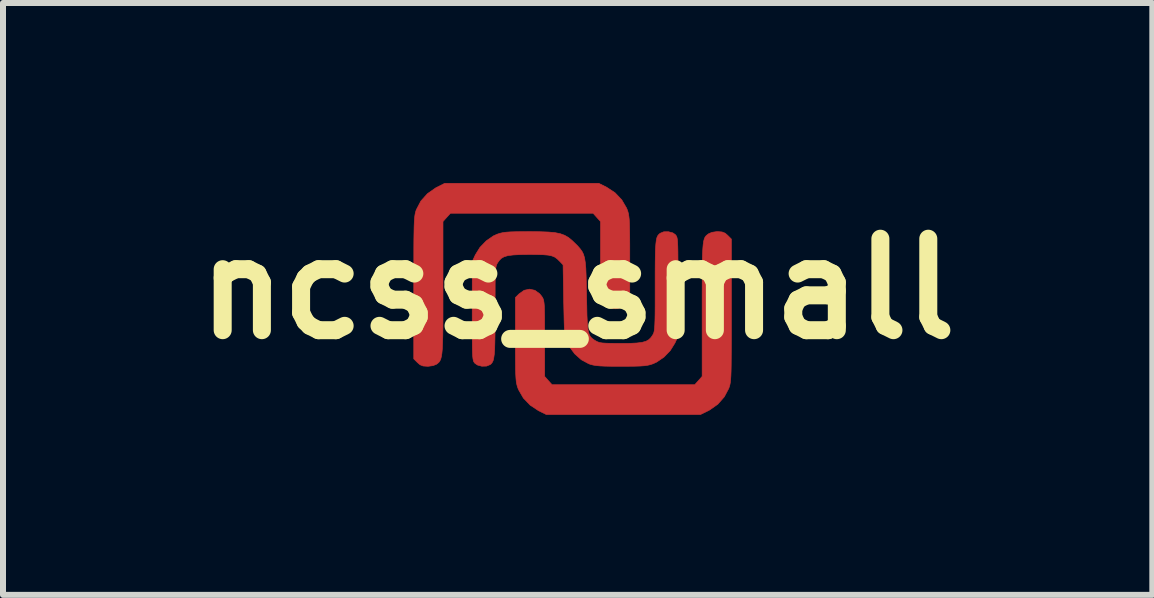
<source format=kicad_pcb>
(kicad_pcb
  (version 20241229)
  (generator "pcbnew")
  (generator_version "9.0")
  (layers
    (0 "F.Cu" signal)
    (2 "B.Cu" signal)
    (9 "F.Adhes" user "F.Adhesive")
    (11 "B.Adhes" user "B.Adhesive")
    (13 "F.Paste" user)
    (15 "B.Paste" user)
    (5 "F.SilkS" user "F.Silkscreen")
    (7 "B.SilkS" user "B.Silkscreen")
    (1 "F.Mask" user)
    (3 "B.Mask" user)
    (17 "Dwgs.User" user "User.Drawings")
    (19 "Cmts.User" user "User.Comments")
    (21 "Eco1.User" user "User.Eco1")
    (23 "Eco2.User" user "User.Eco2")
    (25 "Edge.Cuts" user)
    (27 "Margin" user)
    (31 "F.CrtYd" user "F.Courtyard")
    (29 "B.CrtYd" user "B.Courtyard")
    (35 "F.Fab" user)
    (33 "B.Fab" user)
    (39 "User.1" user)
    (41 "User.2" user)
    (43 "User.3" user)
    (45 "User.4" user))
  (footprint "ncss_small"
    (layer "F.Cu")
    (at 6.575 1.762)
    (property "Reference" "ncss_small" (at 0 0 0) (layer "F.SilkS") (effects (font (size 1.524 1.524) (thickness 0.3))))
    (attr through_hole)
    (fp_poly (pts (xy 0.483 -1.692) (xy 0.622 -1.601) (xy 0.735 -1.482) (xy 0.816 -1.343) (xy 0.825 -1.32) (xy 0.837 -1.286) (xy 0.846 -1.251) (xy 0.853 -1.209) (xy 0.859 -1.156) (xy 0.863 -1.086) (xy 0.865 -0.995) (xy 0.867 -0.878) (xy 0.868 -0.73) (xy 0.868 -0.545) (xy 0.868 -0.506) (xy 0.868 0.194) (xy 0.808 0.254) (xy 0.723 0.313) (xy 0.633 0.333) (xy 0.544 0.314) (xy 0.464 0.257) (xy 0.429 0.214) (xy 0.416 0.192) (xy 0.405 0.17) (xy 0.396 0.142) (xy 0.39 0.103) (xy 0.386 0.049) (xy 0.383 -0.027) (xy 0.382 -0.128) (xy 0.381 -0.26) (xy 0.381 -0.427) (xy 0.381 -0.49) (xy 0.381 -1.121) (xy 0.319 -1.19) (xy 0.257 -1.259) (xy -2.12 -1.259) (xy -2.182 -1.19) (xy -2.244 -1.121) (xy -2.244 -0.02) (xy -2.244 0.236) (xy -2.244 0.452) (xy -2.245 0.634) (xy -2.247 0.783) (xy -2.251 0.904) (xy -2.255 1) (xy -2.262 1.074) (xy -2.271 1.13) (xy -2.282 1.172) (xy -2.296 1.202) (xy -2.312 1.224) (xy -2.332 1.242) (xy -2.352 1.257) (xy -2.409 1.28) (xy -2.489 1.291) (xy -2.504 1.291) (xy -2.576 1.286) (xy -2.626 1.266) (xy -2.669 1.229) (xy -2.731 1.167) (xy -2.731 -0.019) (xy -2.73 -0.273) (xy -2.73 -0.489) (xy -2.73 -0.67) (xy -2.729 -0.819) (xy -2.727 -0.941) (xy -2.725 -1.037) (xy -2.722 -1.114) (xy -2.718 -1.173) (xy -2.713 -1.218) (xy -2.707 -1.253) (xy -2.7 -1.282) (xy -2.692 -1.308) (xy -2.687 -1.32) (xy -2.613 -1.462) (xy -2.504 -1.584) (xy -2.368 -1.68) (xy -2.346 -1.692) (xy -2.216 -1.757) (xy 0.353 -1.757) (xy 0.483 -1.692)) (stroke (width 0.01) (type solid)) (fill yes) (layer "F.Cu"))
    (fp_poly (pts (xy 2.406 -0.947) (xy 2.457 -0.927) (xy 2.499 -0.891) (xy 2.561 -0.829) (xy 2.561 0.357) (xy 2.561 0.612) (xy 2.561 0.828) (xy 2.56 1.009) (xy 2.559 1.158) (xy 2.558 1.279) (xy 2.556 1.376) (xy 2.553 1.452) (xy 2.549 1.511) (xy 2.544 1.557) (xy 2.538 1.592) (xy 2.531 1.621) (xy 2.522 1.647) (xy 2.518 1.659) (xy 2.443 1.8) (xy 2.335 1.923) (xy 2.199 2.019) (xy 2.176 2.031) (xy 2.046 2.095) (xy -0.522 2.095) (xy -0.652 2.031) (xy -0.791 1.939) (xy -0.905 1.82) (xy -0.985 1.681) (xy -0.994 1.659) (xy -1.006 1.625) (xy -1.015 1.589) (xy -1.023 1.548) (xy -1.028 1.494) (xy -1.032 1.425) (xy -1.035 1.334) (xy -1.036 1.217) (xy -1.037 1.068) (xy -1.037 0.883) (xy -1.037 0.844) (xy -1.037 0.145) (xy -0.977 0.085) (xy -0.892 0.025) (xy -0.802 0.006) (xy -0.713 0.025) (xy -0.634 0.082) (xy -0.599 0.125) (xy -0.585 0.146) (xy -0.574 0.169) (xy -0.566 0.197) (xy -0.56 0.236) (xy -0.555 0.29) (xy -0.553 0.365) (xy -0.551 0.466) (xy -0.551 0.598) (xy -0.55 0.766) (xy -0.55 0.828) (xy -0.55 1.46) (xy -0.489 1.529) (xy -0.427 1.598) (xy 1.951 1.598) (xy 2.013 1.529) (xy 2.074 1.46) (xy 2.074 0.348) (xy 2.074 0.094) (xy 2.075 -0.122) (xy 2.076 -0.302) (xy 2.077 -0.45) (xy 2.08 -0.569) (xy 2.085 -0.664) (xy 2.091 -0.737) (xy 2.099 -0.792) (xy 2.11 -0.833) (xy 2.123 -0.862) (xy 2.14 -0.884) (xy 2.16 -0.901) (xy 2.183 -0.918) (xy 2.185 -0.919) (xy 2.238 -0.941) (xy 2.311 -0.952) (xy 2.335 -0.953) (xy 2.406 -0.947)) (stroke (width 0.01) (type solid)) (fill yes) (layer "F.Cu"))
    (fp_poly (pts (xy -0.629 -0.951) (xy -0.489 -0.946) (xy -0.378 -0.936) (xy -0.29 -0.918) (xy -0.218 -0.892) (xy -0.155 -0.856) (xy -0.095 -0.807) (xy -0.055 -0.769) (xy -0.002 -0.717) (xy 0.039 -0.67) (xy 0.072 -0.625) (xy 0.097 -0.575) (xy 0.115 -0.514) (xy 0.127 -0.438) (xy 0.136 -0.341) (xy 0.141 -0.217) (xy 0.145 -0.061) (xy 0.148 0.107) (xy 0.152 0.294) (xy 0.155 0.443) (xy 0.161 0.56) (xy 0.168 0.649) (xy 0.179 0.715) (xy 0.194 0.764) (xy 0.214 0.8) (xy 0.241 0.827) (xy 0.275 0.852) (xy 0.303 0.869) (xy 0.333 0.884) (xy 0.368 0.896) (xy 0.416 0.903) (xy 0.484 0.907) (xy 0.58 0.909) (xy 0.71 0.91) (xy 0.716 0.91) (xy 0.87 0.909) (xy 0.987 0.903) (xy 1.074 0.892) (xy 1.139 0.874) (xy 1.187 0.847) (xy 1.224 0.809) (xy 1.248 0.773) (xy 1.26 0.753) (xy 1.269 0.73) (xy 1.276 0.7) (xy 1.281 0.659) (xy 1.285 0.601) (xy 1.288 0.522) (xy 1.29 0.419) (xy 1.291 0.285) (xy 1.291 0.118) (xy 1.291 -0.052) (xy 1.291 -0.259) (xy 1.292 -0.428) (xy 1.294 -0.563) (xy 1.297 -0.669) (xy 1.303 -0.749) (xy 1.31 -0.809) (xy 1.32 -0.852) (xy 1.333 -0.882) (xy 1.35 -0.904) (xy 1.37 -0.922) (xy 1.374 -0.925) (xy 1.435 -0.95) (xy 1.512 -0.951) (xy 1.585 -0.932) (xy 1.626 -0.904) (xy 1.638 -0.89) (xy 1.647 -0.875) (xy 1.655 -0.854) (xy 1.661 -0.822) (xy 1.665 -0.776) (xy 1.668 -0.711) (xy 1.67 -0.624) (xy 1.671 -0.509) (xy 1.672 -0.364) (xy 1.672 -0.183) (xy 1.672 -0.03) (xy 1.672 0.794) (xy 1.62 0.905) (xy 1.543 1.029) (xy 1.438 1.138) (xy 1.318 1.22) (xy 1.258 1.248) (xy 1.213 1.263) (xy 1.167 1.274) (xy 1.112 1.282) (xy 1.041 1.287) (xy 0.947 1.29) (xy 0.822 1.291) (xy 0.72 1.291) (xy 0.571 1.291) (xy 0.457 1.289) (xy 0.371 1.285) (xy 0.306 1.279) (xy 0.255 1.27) (xy 0.21 1.258) (xy 0.185 1.249) (xy 0.061 1.182) (xy -0.051 1.082) (xy -0.141 0.959) (xy -0.167 0.91) (xy -0.183 0.875) (xy -0.196 0.842) (xy -0.206 0.806) (xy -0.213 0.761) (xy -0.219 0.701) (xy -0.223 0.622) (xy -0.226 0.517) (xy -0.229 0.381) (xy -0.233 0.209) (xy -0.233 0.197) (xy -0.243 -0.399) (xy -0.296 -0.455) (xy -0.338 -0.496) (xy -0.379 -0.527) (xy -0.427 -0.547) (xy -0.49 -0.561) (xy -0.575 -0.568) (xy -0.689 -0.571) (xy -0.805 -0.572) (xy -0.958 -0.57) (xy -1.074 -0.564) (xy -1.162 -0.553) (xy -1.226 -0.534) (xy -1.273 -0.507) (xy -1.31 -0.468) (xy -1.333 -0.434) (xy -1.345 -0.414) (xy -1.354 -0.391) (xy -1.361 -0.361) (xy -1.366 -0.319) (xy -1.37 -0.261) (xy -1.373 -0.181) (xy -1.375 -0.076) (xy -1.375 0.058) (xy -1.376 0.227) (xy -1.376 0.377) (xy -1.376 0.587) (xy -1.377 0.759) (xy -1.38 0.898) (xy -1.383 1.006) (xy -1.389 1.089) (xy -1.398 1.151) (xy -1.408 1.195) (xy -1.423 1.226) (xy -1.44 1.248) (xy -1.456 1.262) (xy -1.519 1.288) (xy -1.597 1.29) (xy -1.67 1.27) (xy -1.711 1.242) (xy -1.722 1.229) (xy -1.732 1.214) (xy -1.739 1.192) (xy -1.745 1.161) (xy -1.75 1.115) (xy -1.753 1.05) (xy -1.755 0.962) (xy -1.756 0.848) (xy -1.756 0.702) (xy -1.757 0.522) (xy -1.757 0.369) (xy -1.756 -0.455) (xy -1.705 -0.566) (xy -1.628 -0.69) (xy -1.523 -0.799) (xy -1.403 -0.882) (xy -1.343 -0.909) (xy -1.298 -0.924) (xy -1.251 -0.935) (xy -1.196 -0.943) (xy -1.125 -0.948) (xy -1.031 -0.951) (xy -0.907 -0.952) (xy -0.804 -0.953) (xy -0.629 -0.951)) (stroke (width 0.01) (type solid)) (fill yes) (layer "F.Cu"))
    (fp_poly (pts (xy 0.483 -1.692) (xy 0.622 -1.601) (xy 0.735 -1.482) (xy 0.816 -1.343) (xy 0.825 -1.32) (xy 0.837 -1.286) (xy 0.846 -1.251) (xy 0.853 -1.209) (xy 0.859 -1.156) (xy 0.863 -1.086) (xy 0.865 -0.995) (xy 0.867 -0.878) (xy 0.868 -0.73) (xy 0.868 -0.545) (xy 0.868 -0.506) (xy 0.868 0.194) (xy 0.808 0.254) (xy 0.723 0.313) (xy 0.633 0.333) (xy 0.544 0.314) (xy 0.464 0.257) (xy 0.429 0.214) (xy 0.416 0.192) (xy 0.405 0.17) (xy 0.396 0.142) (xy 0.39 0.103) (xy 0.386 0.049) (xy 0.383 -0.027) (xy 0.382 -0.128) (xy 0.381 -0.26) (xy 0.381 -0.427) (xy 0.381 -0.49) (xy 0.381 -1.121) (xy 0.319 -1.19) (xy 0.257 -1.259) (xy -2.12 -1.259) (xy -2.182 -1.19) (xy -2.244 -1.121) (xy -2.244 -0.02) (xy -2.244 0.236) (xy -2.244 0.452) (xy -2.245 0.634) (xy -2.247 0.783) (xy -2.251 0.904) (xy -2.255 1) (xy -2.262 1.074) (xy -2.271 1.13) (xy -2.282 1.172) (xy -2.296 1.202) (xy -2.312 1.224) (xy -2.332 1.242) (xy -2.352 1.257) (xy -2.409 1.28) (xy -2.489 1.291) (xy -2.504 1.291) (xy -2.576 1.286) (xy -2.626 1.266) (xy -2.669 1.229) (xy -2.731 1.167) (xy -2.731 -0.019) (xy -2.73 -0.273) (xy -2.73 -0.489) (xy -2.73 -0.67) (xy -2.729 -0.819) (xy -2.727 -0.941) (xy -2.725 -1.037) (xy -2.722 -1.114) (xy -2.718 -1.173) (xy -2.713 -1.218) (xy -2.707 -1.253) (xy -2.7 -1.282) (xy -2.692 -1.308) (xy -2.687 -1.32) (xy -2.613 -1.462) (xy -2.504 -1.584) (xy -2.368 -1.68) (xy -2.346 -1.692) (xy -2.216 -1.757) (xy 0.353 -1.757) (xy 0.483 -1.692)) (stroke (width 0.01) (type solid)) (fill yes) (layer "F.Mask"))
    (fp_poly (pts (xy 2.406 -0.947) (xy 2.457 -0.927) (xy 2.499 -0.891) (xy 2.561 -0.829) (xy 2.561 0.357) (xy 2.561 0.612) (xy 2.561 0.828) (xy 2.56 1.009) (xy 2.559 1.158) (xy 2.558 1.279) (xy 2.556 1.376) (xy 2.553 1.452) (xy 2.549 1.511) (xy 2.544 1.557) (xy 2.538 1.592) (xy 2.531 1.621) (xy 2.522 1.647) (xy 2.518 1.659) (xy 2.443 1.8) (xy 2.335 1.923) (xy 2.199 2.019) (xy 2.176 2.031) (xy 2.046 2.095) (xy -0.522 2.095) (xy -0.652 2.031) (xy -0.791 1.939) (xy -0.905 1.82) (xy -0.985 1.681) (xy -0.994 1.659) (xy -1.006 1.625) (xy -1.015 1.589) (xy -1.023 1.548) (xy -1.028 1.494) (xy -1.032 1.425) (xy -1.035 1.334) (xy -1.036 1.217) (xy -1.037 1.068) (xy -1.037 0.883) (xy -1.037 0.844) (xy -1.037 0.145) (xy -0.977 0.085) (xy -0.892 0.025) (xy -0.802 0.006) (xy -0.713 0.025) (xy -0.634 0.082) (xy -0.599 0.125) (xy -0.585 0.146) (xy -0.574 0.169) (xy -0.566 0.197) (xy -0.56 0.236) (xy -0.555 0.29) (xy -0.553 0.365) (xy -0.551 0.466) (xy -0.551 0.598) (xy -0.55 0.766) (xy -0.55 0.828) (xy -0.55 1.46) (xy -0.489 1.529) (xy -0.427 1.598) (xy 1.951 1.598) (xy 2.013 1.529) (xy 2.074 1.46) (xy 2.074 0.348) (xy 2.074 0.094) (xy 2.075 -0.122) (xy 2.076 -0.302) (xy 2.077 -0.45) (xy 2.08 -0.569) (xy 2.085 -0.664) (xy 2.091 -0.737) (xy 2.099 -0.792) (xy 2.11 -0.833) (xy 2.123 -0.862) (xy 2.14 -0.884) (xy 2.16 -0.901) (xy 2.183 -0.918) (xy 2.185 -0.919) (xy 2.238 -0.941) (xy 2.311 -0.952) (xy 2.335 -0.953) (xy 2.406 -0.947)) (stroke (width 0.01) (type solid)) (fill yes) (layer "F.Mask"))
    (fp_poly (pts (xy -0.629 -0.951) (xy -0.489 -0.946) (xy -0.378 -0.936) (xy -0.29 -0.918) (xy -0.218 -0.892) (xy -0.155 -0.856) (xy -0.095 -0.807) (xy -0.055 -0.769) (xy -0.002 -0.717) (xy 0.039 -0.67) (xy 0.072 -0.625) (xy 0.097 -0.575) (xy 0.115 -0.514) (xy 0.127 -0.438) (xy 0.136 -0.341) (xy 0.141 -0.217) (xy 0.145 -0.061) (xy 0.148 0.107) (xy 0.152 0.294) (xy 0.155 0.443) (xy 0.161 0.56) (xy 0.168 0.649) (xy 0.179 0.715) (xy 0.194 0.764) (xy 0.214 0.8) (xy 0.241 0.827) (xy 0.275 0.852) (xy 0.303 0.869) (xy 0.333 0.884) (xy 0.368 0.896) (xy 0.416 0.903) (xy 0.484 0.907) (xy 0.58 0.909) (xy 0.71 0.91) (xy 0.716 0.91) (xy 0.87 0.909) (xy 0.987 0.903) (xy 1.074 0.892) (xy 1.139 0.874) (xy 1.187 0.847) (xy 1.224 0.809) (xy 1.248 0.773) (xy 1.26 0.753) (xy 1.269 0.73) (xy 1.276 0.7) (xy 1.281 0.659) (xy 1.285 0.601) (xy 1.288 0.522) (xy 1.29 0.419) (xy 1.291 0.285) (xy 1.291 0.118) (xy 1.291 -0.052) (xy 1.291 -0.259) (xy 1.292 -0.428) (xy 1.294 -0.563) (xy 1.297 -0.669) (xy 1.303 -0.749) (xy 1.31 -0.809) (xy 1.32 -0.852) (xy 1.333 -0.882) (xy 1.35 -0.904) (xy 1.37 -0.922) (xy 1.374 -0.925) (xy 1.435 -0.95) (xy 1.512 -0.951) (xy 1.585 -0.932) (xy 1.626 -0.904) (xy 1.638 -0.89) (xy 1.647 -0.875) (xy 1.655 -0.854) (xy 1.661 -0.822) (xy 1.665 -0.776) (xy 1.668 -0.711) (xy 1.67 -0.624) (xy 1.671 -0.509) (xy 1.672 -0.364) (xy 1.672 -0.183) (xy 1.672 -0.03) (xy 1.672 0.794) (xy 1.62 0.905) (xy 1.543 1.029) (xy 1.438 1.138) (xy 1.318 1.22) (xy 1.258 1.248) (xy 1.213 1.263) (xy 1.167 1.274) (xy 1.112 1.282) (xy 1.041 1.287) (xy 0.947 1.29) (xy 0.822 1.291) (xy 0.72 1.291) (xy 0.571 1.291) (xy 0.457 1.289) (xy 0.371 1.285) (xy 0.306 1.279) (xy 0.255 1.27) (xy 0.21 1.258) (xy 0.185 1.249) (xy 0.061 1.182) (xy -0.051 1.082) (xy -0.141 0.959) (xy -0.167 0.91) (xy -0.183 0.875) (xy -0.196 0.842) (xy -0.206 0.806) (xy -0.213 0.761) (xy -0.219 0.701) (xy -0.223 0.622) (xy -0.226 0.517) (xy -0.229 0.381) (xy -0.233 0.209) (xy -0.233 0.197) (xy -0.243 -0.399) (xy -0.296 -0.455) (xy -0.338 -0.496) (xy -0.379 -0.527) (xy -0.427 -0.547) (xy -0.49 -0.561) (xy -0.575 -0.568) (xy -0.689 -0.571) (xy -0.805 -0.572) (xy -0.958 -0.57) (xy -1.074 -0.564) (xy -1.162 -0.553) (xy -1.226 -0.534) (xy -1.273 -0.507) (xy -1.31 -0.468) (xy -1.333 -0.434) (xy -1.345 -0.414) (xy -1.354 -0.391) (xy -1.361 -0.361) (xy -1.366 -0.319) (xy -1.37 -0.261) (xy -1.373 -0.181) (xy -1.375 -0.076) (xy -1.375 0.058) (xy -1.376 0.227) (xy -1.376 0.377) (xy -1.376 0.587) (xy -1.377 0.759) (xy -1.38 0.898) (xy -1.383 1.006) (xy -1.389 1.089) (xy -1.398 1.151) (xy -1.408 1.195) (xy -1.423 1.226) (xy -1.44 1.248) (xy -1.456 1.262) (xy -1.519 1.288) (xy -1.597 1.29) (xy -1.67 1.27) (xy -1.711 1.242) (xy -1.722 1.229) (xy -1.732 1.214) (xy -1.739 1.192) (xy -1.745 1.161) (xy -1.75 1.115) (xy -1.753 1.05) (xy -1.755 0.962) (xy -1.756 0.848) (xy -1.756 0.702) (xy -1.757 0.522) (xy -1.757 0.369) (xy -1.756 -0.455) (xy -1.705 -0.566) (xy -1.628 -0.69) (xy -1.523 -0.799) (xy -1.403 -0.882) (xy -1.343 -0.909) (xy -1.298 -0.924) (xy -1.251 -0.935) (xy -1.196 -0.943) (xy -1.125 -0.948) (xy -1.031 -0.951) (xy -0.907 -0.952) (xy -0.804 -0.953) (xy -0.629 -0.951)) (stroke (width 0.01) (type solid)) (fill yes) (layer "F.Mask")))
  (gr_rect
    (start -3 -3)
    (end 16.15 6.862)
    (stroke (width 0.1) (type default))
    (fill no)
    (layer "Edge.Cuts")))
</source>
